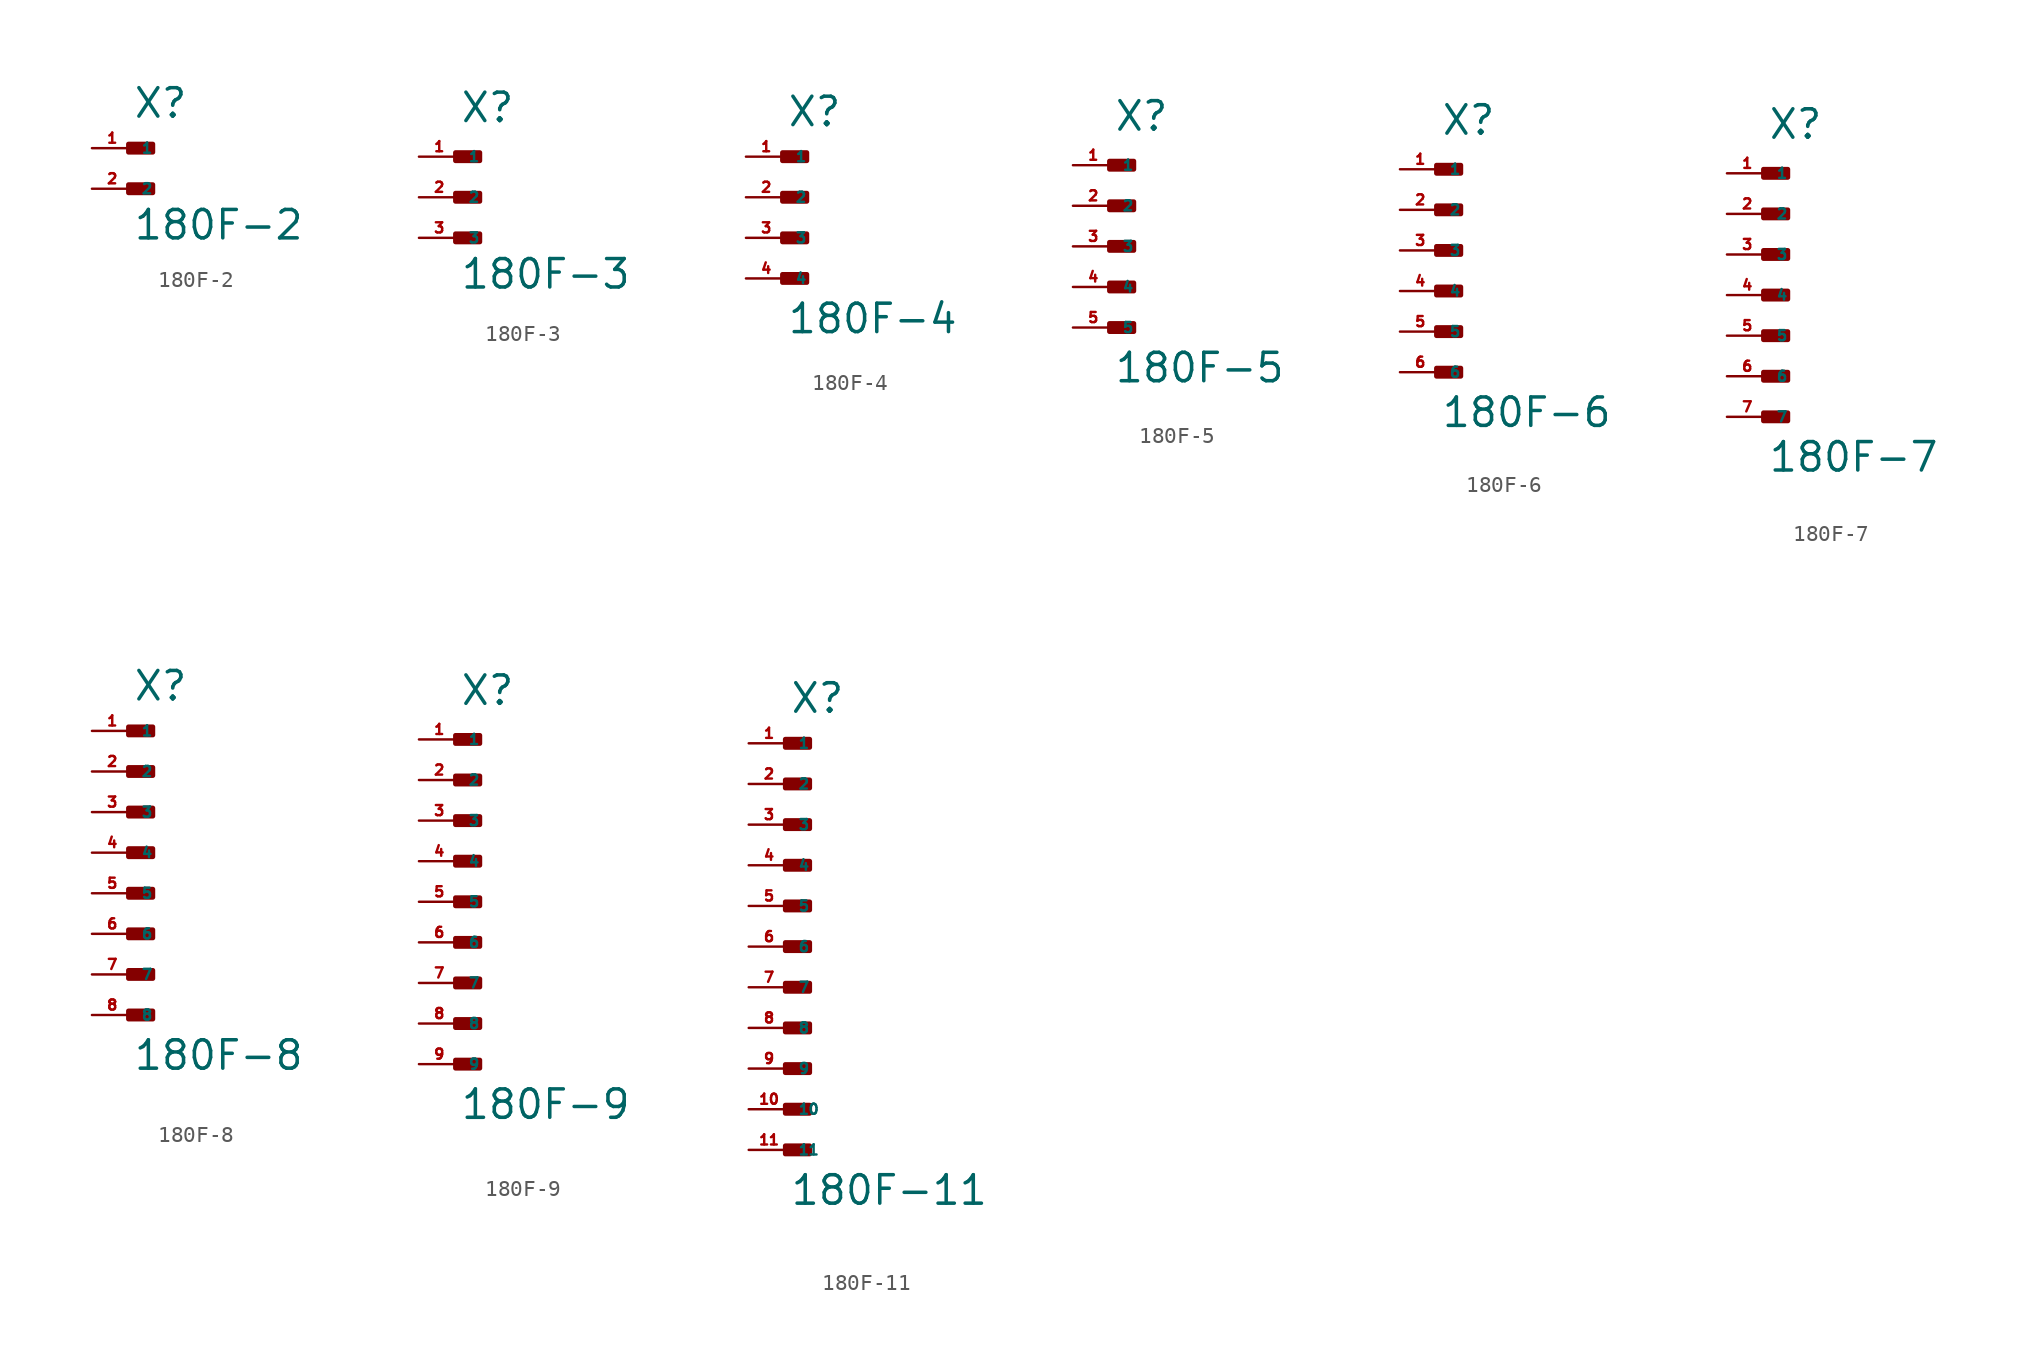
<source format=kicad_sym>
(kicad_symbol_lib
  (version 20220914)
  (generator Eagle2Kicad)
  (symbol "180F-2"
    (property "Reference" "X"
      (at 0 1.778 0)
      (effects (font (size 1.778 1.778) (thickness 0.22)) (justify left bottom)))
    (property "Value" "180F-2"
      (at 0 -5.842 0)
      (effects (font (size 1.778 1.778) (thickness 0.22)) (justify left bottom)))
    (rectangle
      (start -0.254 -0.254)
      (end 1.27 0.254)
      (stroke (width 0.3) (type default))
      (fill (type outline)))
    (rectangle
      (start -0.254 -2.794)
      (end 1.27 -2.286)
      (stroke (width 0.3) (type default))
      (fill (type outline)))
    (pin passive line
      (at -2.54 0 0)
      (length 2.54)
      (name "1" (effects (font (size 0.635 0.635) (thickness 0.08)) (justify left bottom)))
      (number "1" (effects (font (size 0.635 0.635) (thickness 0.08)) (justify left bottom))))
    (pin passive line
      (at -2.54 -2.54 0)
      (length 2.54)
      (name "2" (effects (font (size 0.635 0.635) (thickness 0.08)) (justify left bottom)))
      (number "2" (effects (font (size 0.635 0.635) (thickness 0.08)) (justify left bottom)))))
  (symbol "180F-3"
    (property "Reference" "X"
      (at 0 4.572 0)
      (effects (font (size 1.778 1.778) (thickness 0.22)) (justify left bottom)))
    (property "Value" "180F-3"
      (at 0 -5.842 0)
      (effects (font (size 1.778 1.778) (thickness 0.22)) (justify left bottom)))
    (rectangle
      (start -0.254 2.286)
      (end 1.27 2.794)
      (stroke (width 0.3) (type default))
      (fill (type outline)))
    (rectangle
      (start -0.254 -0.254)
      (end 1.27 0.254)
      (stroke (width 0.3) (type default))
      (fill (type outline)))
    (rectangle
      (start -0.254 -2.794)
      (end 1.27 -2.286)
      (stroke (width 0.3) (type default))
      (fill (type outline)))
    (pin passive line
      (at -2.54 2.54 0)
      (length 2.54)
      (name "1" (effects (font (size 0.635 0.635) (thickness 0.08)) (justify left bottom)))
      (number "1" (effects (font (size 0.635 0.635) (thickness 0.08)) (justify left bottom))))
    (pin passive line
      (at -2.54 0 0)
      (length 2.54)
      (name "2" (effects (font (size 0.635 0.635) (thickness 0.08)) (justify left bottom)))
      (number "2" (effects (font (size 0.635 0.635) (thickness 0.08)) (justify left bottom))))
    (pin passive line
      (at -2.54 -2.54 0)
      (length 2.54)
      (name "3" (effects (font (size 0.635 0.635) (thickness 0.08)) (justify left bottom)))
      (number "3" (effects (font (size 0.635 0.635) (thickness 0.08)) (justify left bottom)))))
  (symbol "180F-4"
    (property "Reference" "X"
      (at 0 4.318 0)
      (effects (font (size 1.778 1.778) (thickness 0.22)) (justify left bottom)))
    (property "Value" "180F-4"
      (at 0 -8.636 0)
      (effects (font (size 1.778 1.778) (thickness 0.22)) (justify left bottom)))
    (rectangle
      (start -0.254 2.286)
      (end 1.27 2.794)
      (stroke (width 0.3) (type default))
      (fill (type outline)))
    (rectangle
      (start -0.254 -0.254)
      (end 1.27 0.254)
      (stroke (width 0.3) (type default))
      (fill (type outline)))
    (rectangle
      (start -0.254 -2.794)
      (end 1.27 -2.286)
      (stroke (width 0.3) (type default))
      (fill (type outline)))
    (rectangle
      (start -0.254 -5.334)
      (end 1.27 -4.826)
      (stroke (width 0.3) (type default))
      (fill (type outline)))
    (pin passive line
      (at -2.54 2.54 0)
      (length 2.54)
      (name "1" (effects (font (size 0.635 0.635) (thickness 0.08)) (justify left bottom)))
      (number "1" (effects (font (size 0.635 0.635) (thickness 0.08)) (justify left bottom))))
    (pin passive line
      (at -2.54 0 0)
      (length 2.54)
      (name "2" (effects (font (size 0.635 0.635) (thickness 0.08)) (justify left bottom)))
      (number "2" (effects (font (size 0.635 0.635) (thickness 0.08)) (justify left bottom))))
    (pin passive line
      (at -2.54 -2.54 0)
      (length 2.54)
      (name "3" (effects (font (size 0.635 0.635) (thickness 0.08)) (justify left bottom)))
      (number "3" (effects (font (size 0.635 0.635) (thickness 0.08)) (justify left bottom))))
    (pin passive line
      (at -2.54 -5.08 0)
      (length 2.54)
      (name "4" (effects (font (size 0.635 0.635) (thickness 0.08)) (justify left bottom)))
      (number "4" (effects (font (size 0.635 0.635) (thickness 0.08)) (justify left bottom)))))
  (symbol "180F-5"
    (property "Reference" "X"
      (at 0 7.112 0)
      (effects (font (size 1.778 1.778) (thickness 0.22)) (justify left bottom)))
    (property "Value" "180F-5"
      (at 0 -8.636 0)
      (effects (font (size 1.778 1.778) (thickness 0.22)) (justify left bottom)))
    (rectangle
      (start -0.254 4.826)
      (end 1.27 5.334)
      (stroke (width 0.3) (type default))
      (fill (type outline)))
    (rectangle
      (start -0.254 2.286)
      (end 1.27 2.794)
      (stroke (width 0.3) (type default))
      (fill (type outline)))
    (rectangle
      (start -0.254 -0.254)
      (end 1.27 0.254)
      (stroke (width 0.3) (type default))
      (fill (type outline)))
    (rectangle
      (start -0.254 -2.794)
      (end 1.27 -2.286)
      (stroke (width 0.3) (type default))
      (fill (type outline)))
    (rectangle
      (start -0.254 -5.334)
      (end 1.27 -4.826)
      (stroke (width 0.3) (type default))
      (fill (type outline)))
    (pin passive line
      (at -2.54 5.08 0)
      (length 2.54)
      (name "1" (effects (font (size 0.635 0.635) (thickness 0.08)) (justify left bottom)))
      (number "1" (effects (font (size 0.635 0.635) (thickness 0.08)) (justify left bottom))))
    (pin passive line
      (at -2.54 2.54 0)
      (length 2.54)
      (name "2" (effects (font (size 0.635 0.635) (thickness 0.08)) (justify left bottom)))
      (number "2" (effects (font (size 0.635 0.635) (thickness 0.08)) (justify left bottom))))
    (pin passive line
      (at -2.54 0 0)
      (length 2.54)
      (name "3" (effects (font (size 0.635 0.635) (thickness 0.08)) (justify left bottom)))
      (number "3" (effects (font (size 0.635 0.635) (thickness 0.08)) (justify left bottom))))
    (pin passive line
      (at -2.54 -2.54 0)
      (length 2.54)
      (name "4" (effects (font (size 0.635 0.635) (thickness 0.08)) (justify left bottom)))
      (number "4" (effects (font (size 0.635 0.635) (thickness 0.08)) (justify left bottom))))
    (pin passive line
      (at -2.54 -5.08 0)
      (length 2.54)
      (name "5" (effects (font (size 0.635 0.635) (thickness 0.08)) (justify left bottom)))
      (number "5" (effects (font (size 0.635 0.635) (thickness 0.08)) (justify left bottom)))))
  (symbol "180F-6"
    (property "Reference" "X"
      (at 0 7.112 0)
      (effects (font (size 1.778 1.778) (thickness 0.22)) (justify left bottom)))
    (property "Value" "180F-6"
      (at 0 -11.176 0)
      (effects (font (size 1.778 1.778) (thickness 0.22)) (justify left bottom)))
    (rectangle
      (start -0.254 4.826)
      (end 1.27 5.334)
      (stroke (width 0.3) (type default))
      (fill (type outline)))
    (rectangle
      (start -0.254 2.286)
      (end 1.27 2.794)
      (stroke (width 0.3) (type default))
      (fill (type outline)))
    (rectangle
      (start -0.254 -0.254)
      (end 1.27 0.254)
      (stroke (width 0.3) (type default))
      (fill (type outline)))
    (rectangle
      (start -0.254 -2.794)
      (end 1.27 -2.286)
      (stroke (width 0.3) (type default))
      (fill (type outline)))
    (rectangle
      (start -0.254 -5.334)
      (end 1.27 -4.826)
      (stroke (width 0.3) (type default))
      (fill (type outline)))
    (rectangle
      (start -0.254 -7.874)
      (end 1.27 -7.366)
      (stroke (width 0.3) (type default))
      (fill (type outline)))
    (pin passive line
      (at -2.54 5.08 0)
      (length 2.54)
      (name "1" (effects (font (size 0.635 0.635) (thickness 0.08)) (justify left bottom)))
      (number "1" (effects (font (size 0.635 0.635) (thickness 0.08)) (justify left bottom))))
    (pin passive line
      (at -2.54 2.54 0)
      (length 2.54)
      (name "2" (effects (font (size 0.635 0.635) (thickness 0.08)) (justify left bottom)))
      (number "2" (effects (font (size 0.635 0.635) (thickness 0.08)) (justify left bottom))))
    (pin passive line
      (at -2.54 0 0)
      (length 2.54)
      (name "3" (effects (font (size 0.635 0.635) (thickness 0.08)) (justify left bottom)))
      (number "3" (effects (font (size 0.635 0.635) (thickness 0.08)) (justify left bottom))))
    (pin passive line
      (at -2.54 -2.54 0)
      (length 2.54)
      (name "4" (effects (font (size 0.635 0.635) (thickness 0.08)) (justify left bottom)))
      (number "4" (effects (font (size 0.635 0.635) (thickness 0.08)) (justify left bottom))))
    (pin passive line
      (at -2.54 -5.08 0)
      (length 2.54)
      (name "5" (effects (font (size 0.635 0.635) (thickness 0.08)) (justify left bottom)))
      (number "5" (effects (font (size 0.635 0.635) (thickness 0.08)) (justify left bottom))))
    (pin passive line
      (at -2.54 -7.62 0)
      (length 2.54)
      (name "6" (effects (font (size 0.635 0.635) (thickness 0.08)) (justify left bottom)))
      (number "6" (effects (font (size 0.635 0.635) (thickness 0.08)) (justify left bottom)))))
  (symbol "180F-7"
    (property "Reference" "X"
      (at 0 9.652 0)
      (effects (font (size 1.778 1.778) (thickness 0.22)) (justify left bottom)))
    (property "Value" "180F-7"
      (at 0 -11.176 0)
      (effects (font (size 1.778 1.778) (thickness 0.22)) (justify left bottom)))
    (rectangle
      (start -0.254 7.366)
      (end 1.27 7.874)
      (stroke (width 0.3) (type default))
      (fill (type outline)))
    (rectangle
      (start -0.254 4.826)
      (end 1.27 5.334)
      (stroke (width 0.3) (type default))
      (fill (type outline)))
    (rectangle
      (start -0.254 2.286)
      (end 1.27 2.794)
      (stroke (width 0.3) (type default))
      (fill (type outline)))
    (rectangle
      (start -0.254 -0.254)
      (end 1.27 0.254)
      (stroke (width 0.3) (type default))
      (fill (type outline)))
    (rectangle
      (start -0.254 -2.794)
      (end 1.27 -2.286)
      (stroke (width 0.3) (type default))
      (fill (type outline)))
    (rectangle
      (start -0.254 -5.334)
      (end 1.27 -4.826)
      (stroke (width 0.3) (type default))
      (fill (type outline)))
    (rectangle
      (start -0.254 -7.874)
      (end 1.27 -7.366)
      (stroke (width 0.3) (type default))
      (fill (type outline)))
    (pin passive line
      (at -2.54 7.62 0)
      (length 2.54)
      (name "1" (effects (font (size 0.635 0.635) (thickness 0.08)) (justify left bottom)))
      (number "1" (effects (font (size 0.635 0.635) (thickness 0.08)) (justify left bottom))))
    (pin passive line
      (at -2.54 5.08 0)
      (length 2.54)
      (name "2" (effects (font (size 0.635 0.635) (thickness 0.08)) (justify left bottom)))
      (number "2" (effects (font (size 0.635 0.635) (thickness 0.08)) (justify left bottom))))
    (pin passive line
      (at -2.54 2.54 0)
      (length 2.54)
      (name "3" (effects (font (size 0.635 0.635) (thickness 0.08)) (justify left bottom)))
      (number "3" (effects (font (size 0.635 0.635) (thickness 0.08)) (justify left bottom))))
    (pin passive line
      (at -2.54 0 0)
      (length 2.54)
      (name "4" (effects (font (size 0.635 0.635) (thickness 0.08)) (justify left bottom)))
      (number "4" (effects (font (size 0.635 0.635) (thickness 0.08)) (justify left bottom))))
    (pin passive line
      (at -2.54 -2.54 0)
      (length 2.54)
      (name "5" (effects (font (size 0.635 0.635) (thickness 0.08)) (justify left bottom)))
      (number "5" (effects (font (size 0.635 0.635) (thickness 0.08)) (justify left bottom))))
    (pin passive line
      (at -2.54 -5.08 0)
      (length 2.54)
      (name "6" (effects (font (size 0.635 0.635) (thickness 0.08)) (justify left bottom)))
      (number "6" (effects (font (size 0.635 0.635) (thickness 0.08)) (justify left bottom))))
    (pin passive line
      (at -2.54 -7.62 0)
      (length 2.54)
      (name "7" (effects (font (size 0.635 0.635) (thickness 0.08)) (justify left bottom)))
      (number "7" (effects (font (size 0.635 0.635) (thickness 0.08)) (justify left bottom)))))
  (symbol "180F-8"
    (property "Reference" "X"
      (at 0 9.398 0)
      (effects (font (size 1.778 1.778) (thickness 0.22)) (justify left bottom)))
    (property "Value" "180F-8"
      (at 0 -13.716 0)
      (effects (font (size 1.778 1.778) (thickness 0.22)) (justify left bottom)))
    (rectangle
      (start -0.254 7.366)
      (end 1.27 7.874)
      (stroke (width 0.3) (type default))
      (fill (type outline)))
    (rectangle
      (start -0.254 4.826)
      (end 1.27 5.334)
      (stroke (width 0.3) (type default))
      (fill (type outline)))
    (rectangle
      (start -0.254 2.286)
      (end 1.27 2.794)
      (stroke (width 0.3) (type default))
      (fill (type outline)))
    (rectangle
      (start -0.254 -0.254)
      (end 1.27 0.254)
      (stroke (width 0.3) (type default))
      (fill (type outline)))
    (rectangle
      (start -0.254 -2.794)
      (end 1.27 -2.286)
      (stroke (width 0.3) (type default))
      (fill (type outline)))
    (rectangle
      (start -0.254 -5.334)
      (end 1.27 -4.826)
      (stroke (width 0.3) (type default))
      (fill (type outline)))
    (rectangle
      (start -0.254 -7.874)
      (end 1.27 -7.366)
      (stroke (width 0.3) (type default))
      (fill (type outline)))
    (rectangle
      (start -0.254 -10.414)
      (end 1.27 -9.906)
      (stroke (width 0.3) (type default))
      (fill (type outline)))
    (pin passive line
      (at -2.54 7.62 0)
      (length 2.54)
      (name "1" (effects (font (size 0.635 0.635) (thickness 0.08)) (justify left bottom)))
      (number "1" (effects (font (size 0.635 0.635) (thickness 0.08)) (justify left bottom))))
    (pin passive line
      (at -2.54 5.08 0)
      (length 2.54)
      (name "2" (effects (font (size 0.635 0.635) (thickness 0.08)) (justify left bottom)))
      (number "2" (effects (font (size 0.635 0.635) (thickness 0.08)) (justify left bottom))))
    (pin passive line
      (at -2.54 2.54 0)
      (length 2.54)
      (name "3" (effects (font (size 0.635 0.635) (thickness 0.08)) (justify left bottom)))
      (number "3" (effects (font (size 0.635 0.635) (thickness 0.08)) (justify left bottom))))
    (pin passive line
      (at -2.54 0 0)
      (length 2.54)
      (name "4" (effects (font (size 0.635 0.635) (thickness 0.08)) (justify left bottom)))
      (number "4" (effects (font (size 0.635 0.635) (thickness 0.08)) (justify left bottom))))
    (pin passive line
      (at -2.54 -2.54 0)
      (length 2.54)
      (name "5" (effects (font (size 0.635 0.635) (thickness 0.08)) (justify left bottom)))
      (number "5" (effects (font (size 0.635 0.635) (thickness 0.08)) (justify left bottom))))
    (pin passive line
      (at -2.54 -5.08 0)
      (length 2.54)
      (name "6" (effects (font (size 0.635 0.635) (thickness 0.08)) (justify left bottom)))
      (number "6" (effects (font (size 0.635 0.635) (thickness 0.08)) (justify left bottom))))
    (pin passive line
      (at -2.54 -7.62 0)
      (length 2.54)
      (name "7" (effects (font (size 0.635 0.635) (thickness 0.08)) (justify left bottom)))
      (number "7" (effects (font (size 0.635 0.635) (thickness 0.08)) (justify left bottom))))
    (pin passive line
      (at -2.54 -10.16 0)
      (length 2.54)
      (name "8" (effects (font (size 0.635 0.635) (thickness 0.08)) (justify left bottom)))
      (number "8" (effects (font (size 0.635 0.635) (thickness 0.08)) (justify left bottom)))))
  (symbol "180F-9"
    (property "Reference" "X"
      (at 0 12.192 0)
      (effects (font (size 1.778 1.778) (thickness 0.22)) (justify left bottom)))
    (property "Value" "180F-9"
      (at 0 -13.716 0)
      (effects (font (size 1.778 1.778) (thickness 0.22)) (justify left bottom)))
    (rectangle
      (start -0.254 9.906)
      (end 1.27 10.414)
      (stroke (width 0.3) (type default))
      (fill (type outline)))
    (rectangle
      (start -0.254 7.366)
      (end 1.27 7.874)
      (stroke (width 0.3) (type default))
      (fill (type outline)))
    (rectangle
      (start -0.254 4.826)
      (end 1.27 5.334)
      (stroke (width 0.3) (type default))
      (fill (type outline)))
    (rectangle
      (start -0.254 2.286)
      (end 1.27 2.794)
      (stroke (width 0.3) (type default))
      (fill (type outline)))
    (rectangle
      (start -0.254 -0.254)
      (end 1.27 0.254)
      (stroke (width 0.3) (type default))
      (fill (type outline)))
    (rectangle
      (start -0.254 -2.794)
      (end 1.27 -2.286)
      (stroke (width 0.3) (type default))
      (fill (type outline)))
    (rectangle
      (start -0.254 -5.334)
      (end 1.27 -4.826)
      (stroke (width 0.3) (type default))
      (fill (type outline)))
    (rectangle
      (start -0.254 -7.874)
      (end 1.27 -7.366)
      (stroke (width 0.3) (type default))
      (fill (type outline)))
    (rectangle
      (start -0.254 -10.414)
      (end 1.27 -9.906)
      (stroke (width 0.3) (type default))
      (fill (type outline)))
    (pin passive line
      (at -2.54 10.16 0)
      (length 2.54)
      (name "1" (effects (font (size 0.635 0.635) (thickness 0.08)) (justify left bottom)))
      (number "1" (effects (font (size 0.635 0.635) (thickness 0.08)) (justify left bottom))))
    (pin passive line
      (at -2.54 7.62 0)
      (length 2.54)
      (name "2" (effects (font (size 0.635 0.635) (thickness 0.08)) (justify left bottom)))
      (number "2" (effects (font (size 0.635 0.635) (thickness 0.08)) (justify left bottom))))
    (pin passive line
      (at -2.54 5.08 0)
      (length 2.54)
      (name "3" (effects (font (size 0.635 0.635) (thickness 0.08)) (justify left bottom)))
      (number "3" (effects (font (size 0.635 0.635) (thickness 0.08)) (justify left bottom))))
    (pin passive line
      (at -2.54 2.54 0)
      (length 2.54)
      (name "4" (effects (font (size 0.635 0.635) (thickness 0.08)) (justify left bottom)))
      (number "4" (effects (font (size 0.635 0.635) (thickness 0.08)) (justify left bottom))))
    (pin passive line
      (at -2.54 0 0)
      (length 2.54)
      (name "5" (effects (font (size 0.635 0.635) (thickness 0.08)) (justify left bottom)))
      (number "5" (effects (font (size 0.635 0.635) (thickness 0.08)) (justify left bottom))))
    (pin passive line
      (at -2.54 -2.54 0)
      (length 2.54)
      (name "6" (effects (font (size 0.635 0.635) (thickness 0.08)) (justify left bottom)))
      (number "6" (effects (font (size 0.635 0.635) (thickness 0.08)) (justify left bottom))))
    (pin passive line
      (at -2.54 -5.08 0)
      (length 2.54)
      (name "7" (effects (font (size 0.635 0.635) (thickness 0.08)) (justify left bottom)))
      (number "7" (effects (font (size 0.635 0.635) (thickness 0.08)) (justify left bottom))))
    (pin passive line
      (at -2.54 -7.62 0)
      (length 2.54)
      (name "8" (effects (font (size 0.635 0.635) (thickness 0.08)) (justify left bottom)))
      (number "8" (effects (font (size 0.635 0.635) (thickness 0.08)) (justify left bottom))))
    (pin passive line
      (at -2.54 -10.16 0)
      (length 2.54)
      (name "9" (effects (font (size 0.635 0.635) (thickness 0.08)) (justify left bottom)))
      (number "9" (effects (font (size 0.635 0.635) (thickness 0.08)) (justify left bottom)))))
  (symbol "180F-11"
    (property "Reference" "X"
      (at 0 14.478 0)
      (effects (font (size 1.778 1.778) (thickness 0.22)) (justify left bottom)))
    (property "Value" "180F-11"
      (at 0 -16.256 0)
      (effects (font (size 1.778 1.778) (thickness 0.22)) (justify left bottom)))
    (rectangle
      (start -0.254 12.446)
      (end 1.27 12.954)
      (stroke (width 0.3) (type default))
      (fill (type outline)))
    (rectangle
      (start -0.254 9.906)
      (end 1.27 10.414)
      (stroke (width 0.3) (type default))
      (fill (type outline)))
    (rectangle
      (start -0.254 7.366)
      (end 1.27 7.874)
      (stroke (width 0.3) (type default))
      (fill (type outline)))
    (rectangle
      (start -0.254 4.826)
      (end 1.27 5.334)
      (stroke (width 0.3) (type default))
      (fill (type outline)))
    (rectangle
      (start -0.254 2.286)
      (end 1.27 2.794)
      (stroke (width 0.3) (type default))
      (fill (type outline)))
    (rectangle
      (start -0.254 -0.254)
      (end 1.27 0.254)
      (stroke (width 0.3) (type default))
      (fill (type outline)))
    (rectangle
      (start -0.254 -2.794)
      (end 1.27 -2.286)
      (stroke (width 0.3) (type default))
      (fill (type outline)))
    (rectangle
      (start -0.254 -5.334)
      (end 1.27 -4.826)
      (stroke (width 0.3) (type default))
      (fill (type outline)))
    (rectangle
      (start -0.254 -7.874)
      (end 1.27 -7.366)
      (stroke (width 0.3) (type default))
      (fill (type outline)))
    (rectangle
      (start -0.254 -10.414)
      (end 1.27 -9.906)
      (stroke (width 0.3) (type default))
      (fill (type outline)))
    (rectangle
      (start -0.254 -12.954)
      (end 1.27 -12.446)
      (stroke (width 0.3) (type default))
      (fill (type outline)))
    (pin passive line
      (at -2.54 12.7 0)
      (length 2.54)
      (name "1" (effects (font (size 0.635 0.635) (thickness 0.08)) (justify left bottom)))
      (number "1" (effects (font (size 0.635 0.635) (thickness 0.08)) (justify left bottom))))
    (pin passive line
      (at -2.54 10.16 0)
      (length 2.54)
      (name "2" (effects (font (size 0.635 0.635) (thickness 0.08)) (justify left bottom)))
      (number "2" (effects (font (size 0.635 0.635) (thickness 0.08)) (justify left bottom))))
    (pin passive line
      (at -2.54 7.62 0)
      (length 2.54)
      (name "3" (effects (font (size 0.635 0.635) (thickness 0.08)) (justify left bottom)))
      (number "3" (effects (font (size 0.635 0.635) (thickness 0.08)) (justify left bottom))))
    (pin passive line
      (at -2.54 5.08 0)
      (length 2.54)
      (name "4" (effects (font (size 0.635 0.635) (thickness 0.08)) (justify left bottom)))
      (number "4" (effects (font (size 0.635 0.635) (thickness 0.08)) (justify left bottom))))
    (pin passive line
      (at -2.54 2.54 0)
      (length 2.54)
      (name "5" (effects (font (size 0.635 0.635) (thickness 0.08)) (justify left bottom)))
      (number "5" (effects (font (size 0.635 0.635) (thickness 0.08)) (justify left bottom))))
    (pin passive line
      (at -2.54 0 0)
      (length 2.54)
      (name "6" (effects (font (size 0.635 0.635) (thickness 0.08)) (justify left bottom)))
      (number "6" (effects (font (size 0.635 0.635) (thickness 0.08)) (justify left bottom))))
    (pin passive line
      (at -2.54 -2.54 0)
      (length 2.54)
      (name "7" (effects (font (size 0.635 0.635) (thickness 0.08)) (justify left bottom)))
      (number "7" (effects (font (size 0.635 0.635) (thickness 0.08)) (justify left bottom))))
    (pin passive line
      (at -2.54 -5.08 0)
      (length 2.54)
      (name "8" (effects (font (size 0.635 0.635) (thickness 0.08)) (justify left bottom)))
      (number "8" (effects (font (size 0.635 0.635) (thickness 0.08)) (justify left bottom))))
    (pin passive line
      (at -2.54 -7.62 0)
      (length 2.54)
      (name "9" (effects (font (size 0.635 0.635) (thickness 0.08)) (justify left bottom)))
      (number "9" (effects (font (size 0.635 0.635) (thickness 0.08)) (justify left bottom))))
    (pin passive line
      (at -2.54 -10.16 0)
      (length 2.54)
      (name "10" (effects (font (size 0.635 0.635) (thickness 0.08)) (justify left bottom)))
      (number "10" (effects (font (size 0.635 0.635) (thickness 0.08)) (justify left bottom))))
    (pin passive line
      (at -2.54 -12.7 0)
      (length 2.54)
      (name "11" (effects (font (size 0.635 0.635) (thickness 0.08)) (justify left bottom)))
      (number "11" (effects (font (size 0.635 0.635) (thickness 0.08)) (justify left bottom))))))
</source>
